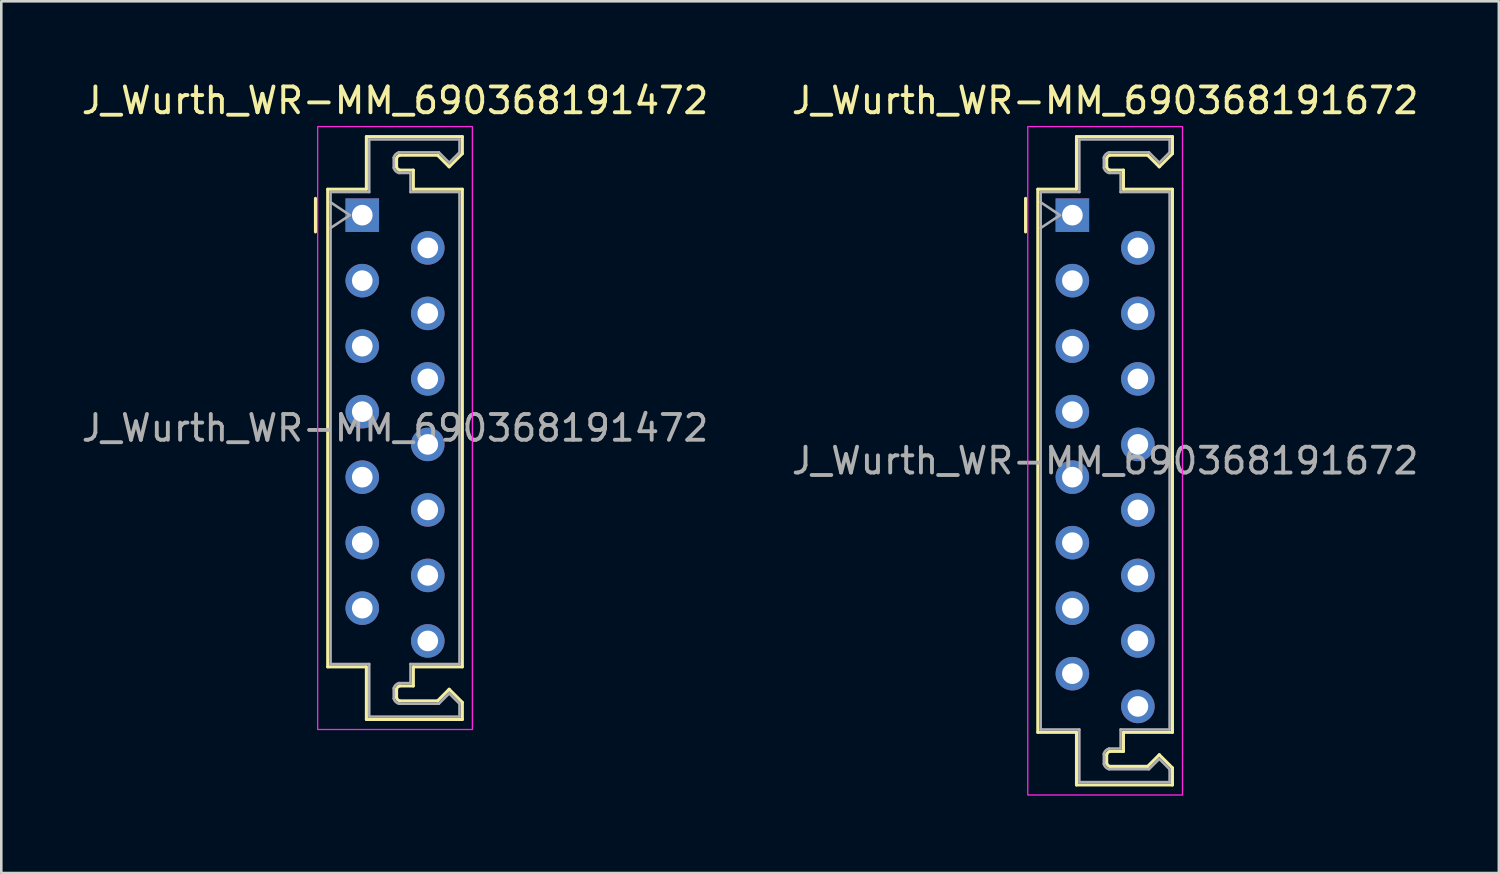
<source format=kicad_pcb>
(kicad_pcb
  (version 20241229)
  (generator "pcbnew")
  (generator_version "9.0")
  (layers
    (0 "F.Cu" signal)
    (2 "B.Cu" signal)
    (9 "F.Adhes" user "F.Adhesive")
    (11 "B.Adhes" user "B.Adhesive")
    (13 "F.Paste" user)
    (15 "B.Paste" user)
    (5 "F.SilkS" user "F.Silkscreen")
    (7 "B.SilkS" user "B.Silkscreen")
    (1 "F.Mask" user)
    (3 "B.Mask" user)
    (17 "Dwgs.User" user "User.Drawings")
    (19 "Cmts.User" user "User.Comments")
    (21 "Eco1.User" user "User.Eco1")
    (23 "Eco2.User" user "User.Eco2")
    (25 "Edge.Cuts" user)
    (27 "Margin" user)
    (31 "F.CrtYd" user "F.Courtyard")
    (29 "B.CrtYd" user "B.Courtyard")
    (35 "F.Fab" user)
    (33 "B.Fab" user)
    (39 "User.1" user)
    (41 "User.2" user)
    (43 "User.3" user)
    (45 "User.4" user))
  (footprint "J_Wurth_WR-MM_690368191672"
    (layer "F.Cu")
    (at 38.534 5.293)
    (property "Reference" "J_Wurth_WR-MM_690368191672" (at 1.27 -4.445 0) (unlocked yes) (layer "F.SilkS") (effects (font (size 1 1) (thickness 0.15))))
    (attr through_hole)
    (fp_line (start -1.815 0.65) (end -1.815 -0.65) (stroke (width 0.12) (type solid)) (layer "F.SilkS"))
    (fp_line (start -1.34 -1.005) (end 0.16 -1.005) (stroke (width 0.12) (type solid)) (layer "F.SilkS"))
    (fp_line (start -1.34 20.055) (end -1.34 -1.005) (stroke (width 0.12) (type solid)) (layer "F.SilkS"))
    (fp_line (start -1.34 20.055) (end 0.16 20.055) (stroke (width 0.12) (type solid)) (layer "F.SilkS"))
    (fp_line (start 0.16 -3.045) (end 3.88 -3.045) (stroke (width 0.12) (type solid)) (layer "F.SilkS"))
    (fp_line (start 0.16 -1.005) (end 0.16 -3.045) (stroke (width 0.12) (type solid)) (layer "F.SilkS"))
    (fp_line (start 0.16 20.055) (end 0.16 22.095) (stroke (width 0.12) (type solid)) (layer "F.SilkS"))
    (fp_line (start 0.16 22.095) (end 3.88 22.095) (stroke (width 0.12) (type solid)) (layer "F.SilkS"))
    (fp_line (start 1.33 -2.205) (end 1.33 -1.865) (stroke (width 0.12) (type solid)) (layer "F.SilkS"))
    (fp_line (start 1.33 21.256) (end 1.33 20.915) (stroke (width 0.12) (type solid)) (layer "F.SilkS"))
    (fp_line (start 1.45 -2.325) (end 2.92 -2.325) (stroke (width 0.12) (type solid)) (layer "F.SilkS"))
    (fp_line (start 1.45 21.375) (end 2.92 21.375) (stroke (width 0.12) (type solid)) (layer "F.SilkS"))
    (fp_line (start 1.98 -1.745) (end 1.45 -1.745) (stroke (width 0.12) (type solid)) (layer "F.SilkS"))
    (fp_line (start 1.98 -1.005) (end 1.98 -1.745) (stroke (width 0.12) (type solid)) (layer "F.SilkS"))
    (fp_line (start 1.98 20.055) (end 1.98 20.795) (stroke (width 0.12) (type solid)) (layer "F.SilkS"))
    (fp_line (start 1.98 20.795) (end 1.45 20.795) (stroke (width 0.12) (type solid)) (layer "F.SilkS"))
    (fp_line (start 2.92 -2.325) (end 3.37 -1.875) (stroke (width 0.12) (type solid)) (layer "F.SilkS"))
    (fp_line (start 2.92 21.375) (end 3.37 20.925) (stroke (width 0.12) (type solid)) (layer "F.SilkS"))
    (fp_line (start 3.88 -3.045) (end 3.88 -2.385) (stroke (width 0.12) (type solid)) (layer "F.SilkS"))
    (fp_line (start 3.88 -2.385) (end 3.37 -1.875) (stroke (width 0.12) (type solid)) (layer "F.SilkS"))
    (fp_line (start 3.88 -1.005) (end 1.98 -1.005) (stroke (width 0.12) (type solid)) (layer "F.SilkS"))
    (fp_line (start 3.88 20.055) (end 1.98 20.055) (stroke (width 0.12) (type solid)) (layer "F.SilkS"))
    (fp_line (start 3.88 20.055) (end 3.88 -1.005) (stroke (width 0.12) (type solid)) (layer "F.SilkS"))
    (fp_line (start 3.88 21.435) (end 3.37 20.925) (stroke (width 0.12) (type solid)) (layer "F.SilkS"))
    (fp_line (start 3.88 22.095) (end 3.88 21.435) (stroke (width 0.12) (type solid)) (layer "F.SilkS"))
    (fp_arc (start 1.330001 -2.2055) (mid 1.373741 -2.28126) (end 1.4495 -2.325) (stroke (width 0.12) (type solid)) (layer "F.SilkS"))
    (fp_arc (start 1.330002 20.914501) (mid 1.373741 20.838741) (end 1.4495 20.795001) (stroke (width 0.12) (type solid)) (layer "F.SilkS"))
    (fp_arc (start 1.4495 -1.745001) (mid 1.373741 -1.788741) (end 1.330002 -1.864501) (stroke (width 0.12) (type solid)) (layer "F.SilkS"))
    (fp_arc (start 1.4495 21.375) (mid 1.373741 21.33126) (end 1.330001 21.2555) (stroke (width 0.12) (type solid)) (layer "F.SilkS"))
    (fp_rect (start -1.73 -3.435) (end 4.27 22.485) (stroke (width 0.05) (type solid)) (fill no) (layer "F.CrtYd"))
    (fp_line (start -1.23 -0.895) (end 0.27 -0.895) (stroke (width 0.1) (type solid)) (layer "F.Fab"))
    (fp_line (start -1.23 19.945) (end -1.23 -0.895) (stroke (width 0.1) (type solid)) (layer "F.Fab"))
    (fp_line (start -1.23 19.945) (end 0.27 19.945) (stroke (width 0.1) (type solid)) (layer "F.Fab"))
    (fp_line (start -0.48 0) (end -1.23 -0.5) (stroke (width 0.1) (type solid)) (layer "F.Fab"))
    (fp_line (start -0.48 0) (end -1.23 0.5) (stroke (width 0.1) (type solid)) (layer "F.Fab"))
    (fp_line (start 0.27 -2.935) (end 3.77 -2.935) (stroke (width 0.1) (type solid)) (layer "F.Fab"))
    (fp_line (start 0.27 -0.895) (end 0.27 -2.935) (stroke (width 0.1) (type solid)) (layer "F.Fab"))
    (fp_line (start 0.27 21.985) (end 0.27 19.945) (stroke (width 0.1) (type solid)) (layer "F.Fab"))
    (fp_line (start 0.27 21.985) (end 3.77 21.985) (stroke (width 0.1) (type solid)) (layer "F.Fab"))
    (fp_line (start 1.22 -2.235) (end 1.22 -1.835) (stroke (width 0.1) (type solid)) (layer "F.Fab"))
    (fp_line (start 1.22 21.285) (end 1.22 20.885) (stroke (width 0.1) (type solid)) (layer "F.Fab"))
    (fp_line (start 1.42 -1.635) (end 1.87 -1.635) (stroke (width 0.1) (type solid)) (layer "F.Fab"))
    (fp_line (start 1.42 20.685) (end 1.87 20.685) (stroke (width 0.1) (type solid)) (layer "F.Fab"))
    (fp_line (start 1.87 -1.635) (end 1.87 -0.895) (stroke (width 0.1) (type solid)) (layer "F.Fab"))
    (fp_line (start 1.87 -0.895) (end 3.77 -0.895) (stroke (width 0.1) (type solid)) (layer "F.Fab"))
    (fp_line (start 1.87 19.945) (end 3.77 19.945) (stroke (width 0.1) (type solid)) (layer "F.Fab"))
    (fp_line (start 1.87 20.685) (end 1.87 19.945) (stroke (width 0.1) (type solid)) (layer "F.Fab"))
    (fp_line (start 2.97 -2.435) (end 1.42 -2.435) (stroke (width 0.1) (type solid)) (layer "F.Fab"))
    (fp_line (start 2.97 21.485) (end 1.42 21.485) (stroke (width 0.1) (type solid)) (layer "F.Fab"))
    (fp_line (start 3.37 -2.035) (end 2.97 -2.435) (stroke (width 0.1) (type solid)) (layer "F.Fab"))
    (fp_line (start 3.37 21.085) (end 2.97 21.485) (stroke (width 0.1) (type solid)) (layer "F.Fab"))
    (fp_line (start 3.77 -2.435) (end 3.37 -2.035) (stroke (width 0.1) (type solid)) (layer "F.Fab"))
    (fp_line (start 3.77 -2.435) (end 3.77 -2.935) (stroke (width 0.1) (type solid)) (layer "F.Fab"))
    (fp_line (start 3.77 19.945) (end 3.77 -0.895) (stroke (width 0.1) (type solid)) (layer "F.Fab"))
    (fp_line (start 3.77 21.485) (end 3.37 21.085) (stroke (width 0.1) (type solid)) (layer "F.Fab"))
    (fp_line (start 3.77 21.985) (end 3.77 21.485) (stroke (width 0.1) (type solid)) (layer "F.Fab"))
    (fp_arc (start 1.22 -2.235) (mid 1.293204 -2.361796) (end 1.419999 -2.435002) (stroke (width 0.1) (type default)) (layer "F.Fab"))
    (fp_arc (start 1.22 20.885) (mid 1.293205 20.758205) (end 1.42 20.685) (stroke (width 0.1) (type default)) (layer "F.Fab"))
    (fp_arc (start 1.42 -1.635) (mid 1.293204 -1.708204) (end 1.219998 -1.834998) (stroke (width 0.1) (type default)) (layer "F.Fab"))
    (fp_arc (start 1.42 21.485) (mid 1.293205 21.411795) (end 1.22 21.285) (stroke (width 0.1) (type default)) (layer "F.Fab"))
    (fp_text user "${REFERENCE}" (at 1.27 9.525 0) (unlocked yes) (layer "F.Fab") (effects (font (size 1 1) (thickness 0.15))))
    (pad "1" thru_hole rect (at 0 0 90) (size 1.3 1.3) (drill 0.8) (layers "*.Cu" "*.Mask"))
    (pad "2" thru_hole circle (at 2.54 1.27 90) (size 1.3 1.3) (drill 0.8) (layers "*.Cu" "*.Mask"))
    (pad "3" thru_hole circle (at 0 2.54 90) (size 1.3 1.3) (drill 0.8) (layers "*.Cu" "*.Mask"))
    (pad "4" thru_hole circle (at 2.54 3.81 90) (size 1.3 1.3) (drill 0.8) (layers "*.Cu" "*.Mask"))
    (pad "5" thru_hole circle (at 0 5.08 90) (size 1.3 1.3) (drill 0.8) (layers "*.Cu" "*.Mask"))
    (pad "6" thru_hole circle (at 2.54 6.35 90) (size 1.3 1.3) (drill 0.8) (layers "*.Cu" "*.Mask"))
    (pad "7" thru_hole circle (at 0 7.62 90) (size 1.3 1.3) (drill 0.8) (layers "*.Cu" "*.Mask"))
    (pad "8" thru_hole circle (at 2.54 8.89 90) (size 1.3 1.3) (drill 0.8) (layers "*.Cu" "*.Mask"))
    (pad "9" thru_hole circle (at 0 10.16 90) (size 1.3 1.3) (drill 0.8) (layers "*.Cu" "*.Mask"))
    (pad "10" thru_hole circle (at 2.54 11.43 90) (size 1.3 1.3) (drill 0.8) (layers "*.Cu" "*.Mask"))
    (pad "11" thru_hole circle (at 0 12.7 90) (size 1.3 1.3) (drill 0.8) (layers "*.Cu" "*.Mask"))
    (pad "12" thru_hole circle (at 2.54 13.97 90) (size 1.3 1.3) (drill 0.8) (layers "*.Cu" "*.Mask"))
    (pad "13" thru_hole circle (at 0 15.24 90) (size 1.3 1.3) (drill 0.8) (layers "*.Cu" "*.Mask"))
    (pad "14" thru_hole circle (at 2.54 16.51 90) (size 1.3 1.3) (drill 0.8) (layers "*.Cu" "*.Mask"))
    (pad "15" thru_hole circle (at 0 17.78 90) (size 1.3 1.3) (drill 0.8) (layers "*.Cu" "*.Mask"))
    (pad "16" thru_hole circle (at 2.54 19.05 90) (size 1.3 1.3) (drill 0.8) (layers "*.Cu" "*.Mask")))
  (footprint "J_Wurth_WR-MM_690368191472"
    (layer "F.Cu")
    (at 10.998 5.293)
    (property "Reference" "J_Wurth_WR-MM_690368191472" (at 1.27 -4.445 0) (unlocked yes) (layer "F.SilkS") (effects (font (size 1 1) (thickness 0.15))))
    (attr through_hole)
    (fp_line (start -1.815 0.65) (end -1.815 -0.65) (stroke (width 0.12) (type solid)) (layer "F.SilkS"))
    (fp_line (start -1.34 -1.005) (end 0.16 -1.005) (stroke (width 0.12) (type solid)) (layer "F.SilkS"))
    (fp_line (start -1.34 17.515) (end -1.34 -1.005) (stroke (width 0.12) (type solid)) (layer "F.SilkS"))
    (fp_line (start -1.34 17.515) (end 0.16 17.515) (stroke (width 0.12) (type solid)) (layer "F.SilkS"))
    (fp_line (start 0.16 -3.045) (end 3.88 -3.045) (stroke (width 0.12) (type solid)) (layer "F.SilkS"))
    (fp_line (start 0.16 -1.005) (end 0.16 -3.045) (stroke (width 0.12) (type solid)) (layer "F.SilkS"))
    (fp_line (start 0.16 17.515) (end 0.16 19.555) (stroke (width 0.12) (type solid)) (layer "F.SilkS"))
    (fp_line (start 0.16 19.555) (end 3.88 19.555) (stroke (width 0.12) (type solid)) (layer "F.SilkS"))
    (fp_line (start 1.33 -2.205) (end 1.33 -1.865) (stroke (width 0.12) (type solid)) (layer "F.SilkS"))
    (fp_line (start 1.33 18.715) (end 1.33 18.375) (stroke (width 0.12) (type solid)) (layer "F.SilkS"))
    (fp_line (start 1.45 -2.325) (end 2.92 -2.325) (stroke (width 0.12) (type solid)) (layer "F.SilkS"))
    (fp_line (start 1.45 18.835) (end 2.92 18.835) (stroke (width 0.12) (type solid)) (layer "F.SilkS"))
    (fp_line (start 1.98 -1.745) (end 1.45 -1.745) (stroke (width 0.12) (type solid)) (layer "F.SilkS"))
    (fp_line (start 1.98 -1.005) (end 1.98 -1.745) (stroke (width 0.12) (type solid)) (layer "F.SilkS"))
    (fp_line (start 1.98 17.515) (end 1.98 18.255) (stroke (width 0.12) (type solid)) (layer "F.SilkS"))
    (fp_line (start 1.98 18.255) (end 1.45 18.255) (stroke (width 0.12) (type solid)) (layer "F.SilkS"))
    (fp_line (start 2.92 -2.325) (end 3.37 -1.875) (stroke (width 0.12) (type solid)) (layer "F.SilkS"))
    (fp_line (start 2.92 18.835) (end 3.37 18.385) (stroke (width 0.12) (type solid)) (layer "F.SilkS"))
    (fp_line (start 3.88 -3.045) (end 3.88 -2.385) (stroke (width 0.12) (type solid)) (layer "F.SilkS"))
    (fp_line (start 3.88 -2.385) (end 3.37 -1.875) (stroke (width 0.12) (type solid)) (layer "F.SilkS"))
    (fp_line (start 3.88 -1.005) (end 1.98 -1.005) (stroke (width 0.12) (type solid)) (layer "F.SilkS"))
    (fp_line (start 3.88 17.515) (end 1.98 17.515) (stroke (width 0.12) (type solid)) (layer "F.SilkS"))
    (fp_line (start 3.88 17.515) (end 3.88 -1.005) (stroke (width 0.12) (type solid)) (layer "F.SilkS"))
    (fp_line (start 3.88 18.895) (end 3.37 18.385) (stroke (width 0.12) (type solid)) (layer "F.SilkS"))
    (fp_line (start 3.88 19.555) (end 3.88 18.895) (stroke (width 0.12) (type solid)) (layer "F.SilkS"))
    (fp_arc (start 1.330001 -2.2055) (mid 1.373741 -2.28126) (end 1.4495 -2.325) (stroke (width 0.12) (type solid)) (layer "F.SilkS"))
    (fp_arc (start 1.330002 18.374501) (mid 1.373741 18.298741) (end 1.4495 18.255001) (stroke (width 0.12) (type solid)) (layer "F.SilkS"))
    (fp_arc (start 1.4495 -1.745001) (mid 1.373741 -1.788741) (end 1.330002 -1.864501) (stroke (width 0.12) (type solid)) (layer "F.SilkS"))
    (fp_arc (start 1.4495 18.835) (mid 1.373741 18.79126) (end 1.330001 18.7155) (stroke (width 0.12) (type solid)) (layer "F.SilkS"))
    (fp_rect (start -1.73 -3.435) (end 4.27 19.945) (stroke (width 0.05) (type solid)) (fill no) (layer "F.CrtYd"))
    (fp_line (start -1.23 -0.895) (end 0.27 -0.895) (stroke (width 0.1) (type solid)) (layer "F.Fab"))
    (fp_line (start -1.23 17.405) (end -1.23 -0.895) (stroke (width 0.1) (type solid)) (layer "F.Fab"))
    (fp_line (start -1.23 17.405) (end 0.27 17.405) (stroke (width 0.1) (type solid)) (layer "F.Fab"))
    (fp_line (start -0.48 0) (end -1.23 -0.5) (stroke (width 0.1) (type solid)) (layer "F.Fab"))
    (fp_line (start -0.48 0) (end -1.23 0.5) (stroke (width 0.1) (type solid)) (layer "F.Fab"))
    (fp_line (start 0.27 -2.935) (end 3.77 -2.935) (stroke (width 0.1) (type solid)) (layer "F.Fab"))
    (fp_line (start 0.27 -0.895) (end 0.27 -2.935) (stroke (width 0.1) (type solid)) (layer "F.Fab"))
    (fp_line (start 0.27 19.445) (end 0.27 17.405) (stroke (width 0.1) (type solid)) (layer "F.Fab"))
    (fp_line (start 0.27 19.445) (end 3.77 19.445) (stroke (width 0.1) (type solid)) (layer "F.Fab"))
    (fp_line (start 1.22 -2.235) (end 1.22 -1.835) (stroke (width 0.1) (type solid)) (layer "F.Fab"))
    (fp_line (start 1.22 18.745) (end 1.22 18.345) (stroke (width 0.1) (type solid)) (layer "F.Fab"))
    (fp_line (start 1.42 -1.635) (end 1.87 -1.635) (stroke (width 0.1) (type solid)) (layer "F.Fab"))
    (fp_line (start 1.42 18.145) (end 1.87 18.145) (stroke (width 0.1) (type solid)) (layer "F.Fab"))
    (fp_line (start 1.87 -1.635) (end 1.87 -0.895) (stroke (width 0.1) (type solid)) (layer "F.Fab"))
    (fp_line (start 1.87 -0.895) (end 3.77 -0.895) (stroke (width 0.1) (type solid)) (layer "F.Fab"))
    (fp_line (start 1.87 17.405) (end 3.77 17.405) (stroke (width 0.1) (type solid)) (layer "F.Fab"))
    (fp_line (start 1.87 18.145) (end 1.87 17.405) (stroke (width 0.1) (type solid)) (layer "F.Fab"))
    (fp_line (start 2.97 -2.435) (end 1.42 -2.435) (stroke (width 0.1) (type solid)) (layer "F.Fab"))
    (fp_line (start 2.97 18.945) (end 1.42 18.945) (stroke (width 0.1) (type solid)) (layer "F.Fab"))
    (fp_line (start 3.37 -2.035) (end 2.97 -2.435) (stroke (width 0.1) (type solid)) (layer "F.Fab"))
    (fp_line (start 3.37 18.545) (end 2.97 18.945) (stroke (width 0.1) (type solid)) (layer "F.Fab"))
    (fp_line (start 3.77 -2.435) (end 3.37 -2.035) (stroke (width 0.1) (type solid)) (layer "F.Fab"))
    (fp_line (start 3.77 -2.435) (end 3.77 -2.935) (stroke (width 0.1) (type solid)) (layer "F.Fab"))
    (fp_line (start 3.77 17.405) (end 3.77 -0.895) (stroke (width 0.1) (type solid)) (layer "F.Fab"))
    (fp_line (start 3.77 18.945) (end 3.37 18.545) (stroke (width 0.1) (type solid)) (layer "F.Fab"))
    (fp_line (start 3.77 19.445) (end 3.77 18.945) (stroke (width 0.1) (type solid)) (layer "F.Fab"))
    (fp_arc (start 1.22 -2.235) (mid 1.293204 -2.361796) (end 1.419999 -2.435002) (stroke (width 0.1) (type default)) (layer "F.Fab"))
    (fp_arc (start 1.22 18.345) (mid 1.293205 18.218205) (end 1.42 18.145) (stroke (width 0.1) (type default)) (layer "F.Fab"))
    (fp_arc (start 1.42 -1.635) (mid 1.293204 -1.708204) (end 1.219998 -1.834998) (stroke (width 0.1) (type default)) (layer "F.Fab"))
    (fp_arc (start 1.42 18.945) (mid 1.293205 18.871795) (end 1.22 18.745) (stroke (width 0.1) (type default)) (layer "F.Fab"))
    (fp_text user "${REFERENCE}" (at 1.27 8.255 0) (unlocked yes) (layer "F.Fab") (effects (font (size 1 1) (thickness 0.15))))
    (pad "1" thru_hole rect (at 0 0 90) (size 1.3 1.3) (drill 0.8) (layers "*.Cu" "*.Mask"))
    (pad "2" thru_hole circle (at 2.54 1.27 90) (size 1.3 1.3) (drill 0.8) (layers "*.Cu" "*.Mask"))
    (pad "3" thru_hole circle (at 0 2.54 90) (size 1.3 1.3) (drill 0.8) (layers "*.Cu" "*.Mask"))
    (pad "4" thru_hole circle (at 2.54 3.81 90) (size 1.3 1.3) (drill 0.8) (layers "*.Cu" "*.Mask"))
    (pad "5" thru_hole circle (at 0 5.08 90) (size 1.3 1.3) (drill 0.8) (layers "*.Cu" "*.Mask"))
    (pad "6" thru_hole circle (at 2.54 6.35 90) (size 1.3 1.3) (drill 0.8) (layers "*.Cu" "*.Mask"))
    (pad "7" thru_hole circle (at 0 7.62 90) (size 1.3 1.3) (drill 0.8) (layers "*.Cu" "*.Mask"))
    (pad "8" thru_hole circle (at 2.54 8.89 90) (size 1.3 1.3) (drill 0.8) (layers "*.Cu" "*.Mask"))
    (pad "9" thru_hole circle (at 0 10.16 90) (size 1.3 1.3) (drill 0.8) (layers "*.Cu" "*.Mask"))
    (pad "10" thru_hole circle (at 2.54 11.43 90) (size 1.3 1.3) (drill 0.8) (layers "*.Cu" "*.Mask"))
    (pad "11" thru_hole circle (at 0 12.7 90) (size 1.3 1.3) (drill 0.8) (layers "*.Cu" "*.Mask"))
    (pad "12" thru_hole circle (at 2.54 13.97 90) (size 1.3 1.3) (drill 0.8) (layers "*.Cu" "*.Mask"))
    (pad "13" thru_hole circle (at 0 15.24 90) (size 1.3 1.3) (drill 0.8) (layers "*.Cu" "*.Mask"))
    (pad "14" thru_hole circle (at 2.54 16.51 90) (size 1.3 1.3) (drill 0.8) (layers "*.Cu" "*.Mask")))
  (gr_rect
    (start -3 -3)
    (end 55.071 30.803)
    (stroke (width 0.1) (type default))
    (fill no)
    (layer "Edge.Cuts")))
</source>
